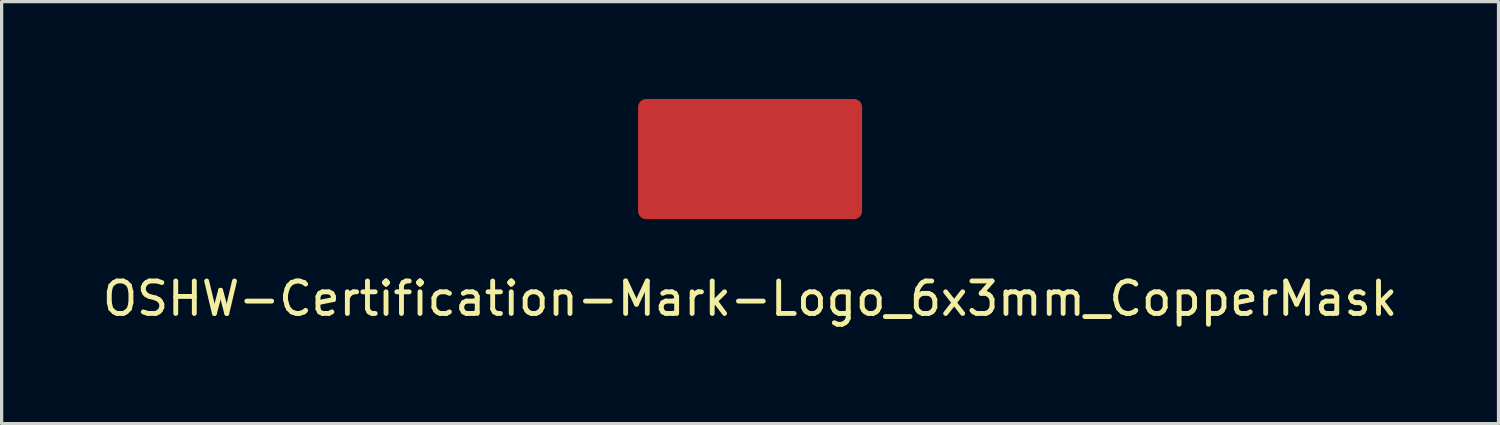
<source format=kicad_pcb>
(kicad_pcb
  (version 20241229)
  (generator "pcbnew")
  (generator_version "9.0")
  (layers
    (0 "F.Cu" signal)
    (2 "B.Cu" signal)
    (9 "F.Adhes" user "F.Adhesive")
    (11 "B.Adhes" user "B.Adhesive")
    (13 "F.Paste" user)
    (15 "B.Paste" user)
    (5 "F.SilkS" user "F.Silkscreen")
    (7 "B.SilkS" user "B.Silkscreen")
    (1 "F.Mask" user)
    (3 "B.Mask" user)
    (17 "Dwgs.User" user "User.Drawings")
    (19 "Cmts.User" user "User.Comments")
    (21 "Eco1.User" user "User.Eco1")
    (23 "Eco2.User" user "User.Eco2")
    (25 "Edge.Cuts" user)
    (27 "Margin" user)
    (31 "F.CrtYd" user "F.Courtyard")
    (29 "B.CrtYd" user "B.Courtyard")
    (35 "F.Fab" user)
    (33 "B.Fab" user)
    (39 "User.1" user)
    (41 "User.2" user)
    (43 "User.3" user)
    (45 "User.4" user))
  (footprint "OSHW-Certification-Mark-Logo_6x3mm_CopperMask"
    (layer "F.Cu")
    (at 20.054 1.65)
    (property "Reference" "OSHW-Certification-Mark-Logo_6x3mm_CopperMask" (at 0 4.5 0) (unlocked yes) (layer "F.SilkS") (effects (font (size 1 1) (thickness 0.15))))
    (attr board_only exclude_from_pos_files exclude_from_bom allow_missing_courtyard)
    (fp_rect (start -3.2 -1.4) (end 3.2 1.8) (stroke (width 0.5) (type solid)) (fill yes) (layer "F.Cu"))
    (fp_poly (pts (xy 3 1.568) (xy -3 1.568) (xy -3 -1.199) (xy -3 -1.199) (xy 1.934 -1.199) (xy 1.934 -0.955) (xy -2.756 -0.955) (xy -2.756 1.324) (xy 2.756 1.324) (xy 2.761 -1.199) (xy 3 -1.199)) (stroke (width 0) (type solid)) (fill yes) (layer "F.Mask"))
    (fp_poly (pts (xy 0.217 0.085) (xy 0.744 0.085) (xy 0.744 -0.499) (xy 0.938 -0.499) (xy 0.938 0.924) (xy 0.744 0.924) (xy 0.744 0.247) (xy 0.217 0.247) (xy 0.217 0.924) (xy 0.024 0.924) (xy 0.024 -0.499) (xy 0.217 -0.499)) (stroke (width 0) (type solid)) (fill yes) (layer "F.Mask"))
    (fp_poly (pts (xy 2.03 0.924) (xy 1.848 0.924) (xy 1.655 0.079) (xy 1.462 0.924) (xy 1.28 0.924) (xy 1.068 -0.499) (xy 1.255 -0.499) (xy 1.392 0.656) (xy 1.554 -0.108) (xy 1.755 -0.108) (xy 1.919 0.658) (xy 2.38 -1.556) (xy 2.568 -1.556)) (stroke (width 0) (type solid)) (fill yes) (layer "F.Mask"))
    (fp_poly (pts (xy -1.838 -0.524) (xy -1.809 -0.521) (xy -1.782 -0.518) (xy -1.755 -0.513) (xy -1.729 -0.506) (xy -1.704 -0.499) (xy -1.681 -0.489) (xy -1.658 -0.479) (xy -1.636 -0.466) (xy -1.615 -0.453) (xy -1.595 -0.438) (xy -1.576 -0.421) (xy -1.558 -0.404) (xy -1.541 -0.384) (xy -1.525 -0.364) (xy -1.509 -0.341) (xy -1.495 -0.318) (xy -1.482 -0.293) (xy -1.469 -0.266) (xy -1.458 -0.238) (xy -1.447 -0.208) (xy -1.437 -0.177) (xy -1.429 -0.145) (xy -1.421 -0.111) (xy -1.414 -0.076) (xy -1.408 -0.039) (xy -1.403 -0.00015) (xy -1.399 0.04) (xy -1.395 0.081) (xy -1.393 0.124) (xy -1.392 0.168) (xy -1.391 0.214) (xy -1.392 0.26) (xy -1.393 0.304) (xy -1.395 0.347) (xy -1.399 0.388) (xy -1.403 0.428) (xy -1.408 0.466) (xy -1.414 0.503) (xy -1.421 0.539) (xy -1.429 0.573) (xy -1.437 0.605) (xy -1.447 0.636) (xy -1.458 0.666) (xy -1.469 0.694) (xy -1.482 0.72) (xy -1.495 0.745) (xy -1.509 0.769) (xy -1.517 0.78) (xy -1.525 0.791) (xy -1.533 0.802) (xy -1.541 0.812) (xy -1.549 0.822) (xy -1.558 0.831) (xy -1.567 0.84) (xy -1.576 0.849) (xy -1.585 0.857) (xy -1.595 0.865) (xy -1.605 0.873) (xy -1.615 0.88) (xy -1.625 0.887) (xy -1.636 0.894) (xy -1.647 0.9) (xy -1.658 0.906) (xy -1.669 0.912) (xy -1.681 0.917) (xy -1.692 0.922) (xy -1.704 0.926) (xy -1.717 0.93) (xy -1.729 0.934) (xy -1.742 0.937) (xy -1.755 0.94) (xy -1.768 0.943) (xy -1.782 0.945) (xy -1.809 0.949) (xy -1.838 0.951) (xy -1.868 0.952) (xy -1.897 0.951) (xy -1.926 0.949) (xy -1.954 0.945) (xy -1.981 0.94) (xy -2.006 0.934) (xy -2.031 0.926) (xy -2.055 0.917) (xy -2.078 0.906) (xy -2.1 0.894) (xy -2.121 0.881) (xy -2.141 0.866) (xy -2.16 0.849) (xy -2.178 0.832) (xy -2.195 0.812) (xy -2.211 0.792) (xy -2.226 0.77) (xy -2.24 0.746) (xy -2.254 0.721) (xy -2.266 0.695) (xy -2.277 0.667) (xy -2.288 0.637) (xy -2.298 0.606) (xy -2.306 0.574) (xy -2.314 0.54) (xy -2.321 0.504) (xy -2.327 0.467) (xy -2.332 0.429) (xy -2.336 0.389) (xy -2.339 0.348) (xy -2.341 0.305) (xy -2.343 0.26) (xy -2.343 0.214) (xy -2.142 0.214) (xy -2.141 0.29) (xy -2.138 0.359) (xy -2.133 0.424) (xy -2.126 0.482) (xy -2.122 0.509) (xy -2.117 0.535) (xy -2.112 0.56) (xy -2.106 0.583) (xy -2.1 0.605) (xy -2.093 0.625) (xy -2.086 0.644) (xy -2.078 0.661) (xy -2.07 0.677) (xy -2.066 0.685) (xy -2.061 0.693) (xy -2.056 0.7) (xy -2.051 0.707) (xy -2.046 0.714) (xy -2.041 0.72) (xy -2.036 0.726) (xy -2.03 0.732) (xy -2.024 0.738) (xy -2.018 0.743) (xy -2.012 0.748) (xy -2.006 0.753) (xy -2 0.758) (xy -1.993 0.762) (xy -1.987 0.766) (xy -1.98 0.77) (xy -1.973 0.773) (xy -1.966 0.777) (xy -1.958 0.78) (xy -1.951 0.782) (xy -1.943 0.785) (xy -1.936 0.787) (xy -1.928 0.789) (xy -1.92 0.791) (xy -1.911 0.792) (xy -1.903 0.793) (xy -1.894 0.794) (xy -1.886 0.795) (xy -1.868 0.796) (xy -1.85 0.795) (xy -1.832 0.793) (xy -1.816 0.791) (xy -1.8 0.787) (xy -1.784 0.783) (xy -1.769 0.777) (xy -1.755 0.77) (xy -1.742 0.762) (xy -1.729 0.753) (xy -1.717 0.743) (xy -1.705 0.732) (xy -1.694 0.72) (xy -1.684 0.707) (xy -1.674 0.693) (xy -1.665 0.678) (xy -1.657 0.662) (xy -1.649 0.645) (xy -1.642 0.626) (xy -1.635 0.605) (xy -1.629 0.584) (xy -1.623 0.561) (xy -1.618 0.536) (xy -1.613 0.51) (xy -1.609 0.483) (xy -1.605 0.454) (xy -1.601 0.424) (xy -1.599 0.393) (xy -1.596 0.36) (xy -1.595 0.325) (xy -1.593 0.29) (xy -1.593 0.253) (xy -1.592 0.214) (xy -1.593 0.139) (xy -1.596 0.069) (xy -1.601 0.004) (xy -1.609 -0.055) (xy -1.613 -0.082) (xy -1.618 -0.108) (xy -1.623 -0.132) (xy -1.629 -0.155) (xy -1.635 -0.177) (xy -1.642 -0.197) (xy -1.649 -0.216) (xy -1.657 -0.234) (xy -1.665 -0.25) (xy -1.67 -0.258) (xy -1.674 -0.265) (xy -1.679 -0.272) (xy -1.684 -0.279) (xy -1.689 -0.286) (xy -1.694 -0.292) (xy -1.7 -0.299) (xy -1.705 -0.305) (xy -1.711 -0.31) (xy -1.717 -0.316) (xy -1.723 -0.321) (xy -1.729 -0.326) (xy -1.735 -0.33) (xy -1.742 -0.334) (xy -1.748 -0.339) (xy -1.755 -0.342) (xy -1.762 -0.346) (xy -1.769 -0.349) (xy -1.777 -0.352) (xy -1.784 -0.355) (xy -1.792 -0.357) (xy -1.8 -0.36) (xy -1.808 -0.362) (xy -1.816 -0.363) (xy -1.824 -0.365) (xy -1.832 -0.366) (xy -1.841 -0.367) (xy -1.85 -0.368) (xy -1.868 -0.368) (xy -1.886 -0.368) (xy -1.903 -0.366) (xy -1.92 -0.363) (xy -1.936 -0.36) (xy -1.951 -0.355) (xy -1.966 -0.349) (xy -1.98 -0.342) (xy -1.993 -0.334) (xy -2.006 -0.326) (xy -2.018 -0.316) (xy -2.03 -0.305) (xy -2.041 -0.292) (xy -2.051 -0.279) (xy -2.061 -0.265) (xy -2.07 -0.25) (xy -2.078 -0.234) (xy -2.086 -0.216) (xy -2.093 -0.197) (xy -2.1 -0.177) (xy -2.106 -0.155) (xy -2.112 -0.132) (xy -2.117 -0.108) (xy -2.122 -0.082) (xy -2.126 -0.055) (xy -2.13 -0.026) (xy -2.133 0.004) (xy -2.136 0.036) (xy -2.138 0.069) (xy -2.14 0.103) (xy -2.141 0.139) (xy -2.142 0.176) (xy -2.142 0.214) (xy -2.343 0.214) (xy -2.343 0.168) (xy -2.341 0.124) (xy -2.339 0.081) (xy -2.336 0.04) (xy -2.332 -0.00015) (xy -2.327 -0.039) (xy -2.321 -0.076) (xy -2.314 -0.111) (xy -2.306 -0.145) (xy -2.298 -0.177) (xy -2.288 -0.208) (xy -2.277 -0.238) (xy -2.266 -0.266) (xy -2.254 -0.293) (xy -2.24 -0.318) (xy -2.226 -0.341) (xy -2.219 -0.353) (xy -2.211 -0.364) (xy -2.203 -0.374) (xy -2.195 -0.384) (xy -2.186 -0.394) (xy -2.178 -0.404) (xy -2.169 -0.413) (xy -2.159 -0.421) (xy -2.15 -0.43) (xy -2.14 -0.438) (xy -2.13 -0.446) (xy -2.12 -0.453) (xy -2.11 -0.46) (xy -2.099 -0.466) (xy -2.089 -0.473) (xy -2.077 -0.479) (xy -2.066 -0.484) (xy -2.055 -0.489) (xy -2.043 -0.494) (xy -2.031 -0.499) (xy -2.018 -0.503) (xy -2.006 -0.506) (xy -1.993 -0.51) (xy -1.98 -0.513) (xy -1.954 -0.518) (xy -1.926 -0.521) (xy -1.897 -0.524) (xy -1.868 -0.524)) (stroke (width 0) (type solid)) (fill yes) (layer "F.Mask"))
    (fp_poly (pts (xy -0.658 -0.524) (xy -0.638 -0.523) (xy -0.616 -0.521) (xy -0.595 -0.519) (xy -0.573 -0.517) (xy -0.551 -0.513) (xy -0.529 -0.51) (xy -0.507 -0.505) (xy -0.484 -0.5) (xy -0.461 -0.495) (xy -0.437 -0.489) (xy -0.414 -0.482) (xy -0.39 -0.475) (xy -0.365 -0.467) (xy -0.341 -0.459) (xy -0.316 -0.45) (xy -0.316 -0.254) (xy -0.338 -0.268) (xy -0.36 -0.281) (xy -0.382 -0.293) (xy -0.404 -0.304) (xy -0.426 -0.314) (xy -0.448 -0.323) (xy -0.47 -0.332) (xy -0.492 -0.339) (xy -0.514 -0.346) (xy -0.536 -0.352) (xy -0.558 -0.357) (xy -0.58 -0.361) (xy -0.603 -0.364) (xy -0.625 -0.366) (xy -0.647 -0.367) (xy -0.67 -0.368) (xy -0.686 -0.368) (xy -0.703 -0.367) (xy -0.719 -0.366) (xy -0.734 -0.364) (xy -0.749 -0.362) (xy -0.764 -0.359) (xy -0.778 -0.356) (xy -0.792 -0.352) (xy -0.805 -0.348) (xy -0.818 -0.343) (xy -0.83 -0.338) (xy -0.842 -0.332) (xy -0.853 -0.326) (xy -0.864 -0.319) (xy -0.875 -0.312) (xy -0.885 -0.304) (xy -0.895 -0.296) (xy -0.903 -0.288) (xy -0.912 -0.279) (xy -0.92 -0.27) (xy -0.927 -0.26) (xy -0.933 -0.25) (xy -0.939 -0.24) (xy -0.944 -0.23) (xy -0.949 -0.219) (xy -0.953 -0.208) (xy -0.956 -0.196) (xy -0.959 -0.184) (xy -0.961 -0.172) (xy -0.963 -0.16) (xy -0.964 -0.147) (xy -0.964 -0.133) (xy -0.964 -0.122) (xy -0.963 -0.11) (xy -0.962 -0.1) (xy -0.961 -0.089) (xy -0.959 -0.079) (xy -0.957 -0.069) (xy -0.954 -0.059) (xy -0.951 -0.05) (xy -0.948 -0.041) (xy -0.944 -0.033) (xy -0.94 -0.025) (xy -0.935 -0.017) (xy -0.93 -0.01) (xy -0.925 -0.003) (xy -0.919 0.004) (xy -0.913 0.011) (xy -0.906 0.017) (xy -0.898 0.023) (xy -0.89 0.029) (xy -0.881 0.034) (xy -0.871 0.04) (xy -0.861 0.045) (xy -0.85 0.051) (xy -0.838 0.056) (xy -0.825 0.061) (xy -0.812 0.066) (xy -0.798 0.071) (xy -0.784 0.076) (xy -0.768 0.08) (xy -0.752 0.085) (xy -0.736 0.089) (xy -0.718 0.093) (xy -0.617 0.116) (xy -0.593 0.122) (xy -0.569 0.129) (xy -0.546 0.136) (xy -0.524 0.143) (xy -0.503 0.151) (xy -0.482 0.159) (xy -0.463 0.167) (xy -0.444 0.176) (xy -0.426 0.186) (xy -0.409 0.196) (xy -0.393 0.206) (xy -0.378 0.216) (xy -0.364 0.227) (xy -0.35 0.239) (xy -0.337 0.251) (xy -0.326 0.263) (xy -0.314 0.276) (xy -0.304 0.289) (xy -0.294 0.303) (xy -0.286 0.318) (xy -0.277 0.333) (xy -0.27 0.348) (xy -0.263 0.364) (xy -0.257 0.381) (xy -0.252 0.399) (xy -0.247 0.416) (xy -0.243 0.435) (xy -0.24 0.454) (xy -0.237 0.473) (xy -0.235 0.494) (xy -0.234 0.514) (xy -0.234 0.536) (xy -0.235 0.561) (xy -0.236 0.585) (xy -0.238 0.608) (xy -0.242 0.631) (xy -0.246 0.653) (xy -0.252 0.674) (xy -0.258 0.695) (xy -0.265 0.715) (xy -0.274 0.734) (xy -0.283 0.752) (xy -0.293 0.769) (xy -0.305 0.786) (xy -0.317 0.802) (xy -0.33 0.817) (xy -0.345 0.832) (xy -0.36 0.845) (xy -0.376 0.858) (xy -0.393 0.87) (xy -0.411 0.882) (xy -0.43 0.892) (xy -0.45 0.902) (xy -0.47 0.91) (xy -0.492 0.918) (xy -0.514 0.925) (xy -0.538 0.932) (xy -0.562 0.937) (xy -0.587 0.942) (xy -0.613 0.945) (xy -0.64 0.948) (xy -0.668 0.95) (xy -0.696 0.952) (xy -0.726 0.952) (xy -0.751 0.952) (xy -0.776 0.951) (xy -0.801 0.949) (xy -0.826 0.947) (xy -0.851 0.944) (xy -0.876 0.94) (xy -0.902 0.935) (xy -0.927 0.93) (xy -0.952 0.925) (xy -0.977 0.918) (xy -1.003 0.911) (xy -1.028 0.904) (xy -1.054 0.895) (xy -1.079 0.886) (xy -1.104 0.877) (xy -1.13 0.866) (xy -1.13 0.661) (xy -1.103 0.678) (xy -1.076 0.694) (xy -1.049 0.708) (xy -1.023 0.722) (xy -0.998 0.734) (xy -0.972 0.745) (xy -0.948 0.755) (xy -0.923 0.763) (xy -0.899 0.771) (xy -0.874 0.778) (xy -0.849 0.783) (xy -0.825 0.788) (xy -0.8 0.791) (xy -0.775 0.794) (xy -0.751 0.795) (xy -0.726 0.796) (xy -0.708 0.796) (xy -0.69 0.795) (xy -0.673 0.794) (xy -0.657 0.792) (xy -0.641 0.789) (xy -0.626 0.787) (xy -0.611 0.783) (xy -0.596 0.78) (xy -0.582 0.775) (xy -0.569 0.77) (xy -0.556 0.765) (xy -0.544 0.759) (xy -0.532 0.753) (xy -0.52 0.746) (xy -0.509 0.739) (xy -0.499 0.731) (xy -0.489 0.723) (xy -0.48 0.714) (xy -0.471 0.705) (xy -0.464 0.695) (xy -0.456 0.685) (xy -0.45 0.674) (xy -0.444 0.664) (xy -0.438 0.652) (xy -0.433 0.641) (xy -0.429 0.629) (xy -0.426 0.616) (xy -0.423 0.603) (xy -0.421 0.59) (xy -0.419 0.577) (xy -0.418 0.562) (xy -0.418 0.548) (xy -0.418 0.535) (xy -0.419 0.522) (xy -0.42 0.51) (xy -0.421 0.498) (xy -0.423 0.486) (xy -0.426 0.475) (xy -0.429 0.464) (xy -0.432 0.454) (xy -0.436 0.444) (xy -0.44 0.434) (xy -0.445 0.425) (xy -0.45 0.416) (xy -0.455 0.408) (xy -0.461 0.4) (xy -0.467 0.392) (xy -0.474 0.385) (xy -0.481 0.378) (xy -0.489 0.371) (xy -0.498 0.365) (xy -0.507 0.359) (xy -0.517 0.352) (xy -0.527 0.347) (xy -0.538 0.341) (xy -0.55 0.335) (xy -0.563 0.33) (xy -0.576 0.325) (xy -0.589 0.32) (xy -0.604 0.315) (xy -0.619 0.311) (xy -0.634 0.306) (xy -0.651 0.302) (xy -0.668 0.298) (xy -0.771 0.275) (xy -0.795 0.269) (xy -0.818 0.263) (xy -0.841 0.256) (xy -0.863 0.249) (xy -0.884 0.242) (xy -0.904 0.234) (xy -0.923 0.227) (xy -0.942 0.218) (xy -0.959 0.21) (xy -0.976 0.201) (xy -0.992 0.191) (xy -1.007 0.182) (xy -1.021 0.172) (xy -1.034 0.161) (xy -1.047 0.15) (xy -1.058 0.139) (xy -1.069 0.128) (xy -1.079 0.116) (xy -1.089 0.103) (xy -1.098 0.09) (xy -1.106 0.077) (xy -1.113 0.063) (xy -1.12 0.048) (xy -1.126 0.033) (xy -1.131 0.018) (xy -1.135 0.002) (xy -1.139 -0.015) (xy -1.142 -0.031) (xy -1.145 -0.049) (xy -1.147 -0.067) (xy -1.148 -0.085) (xy -1.148 -0.104) (xy -1.147 -0.127) (xy -1.146 -0.15) (xy -1.143 -0.173) (xy -1.14 -0.194) (xy -1.135 -0.216) (xy -1.13 -0.236) (xy -1.124 -0.256) (xy -1.116 -0.275) (xy -1.108 -0.294) (xy -1.098 -0.312) (xy -1.088 -0.33) (xy -1.076 -0.347) (xy -1.064 -0.363) (xy -1.05 -0.379) (xy -1.036 -0.394) (xy -1.02 -0.409) (xy -1.004 -0.423) (xy -0.987 -0.436) (xy -0.969 -0.448) (xy -0.951 -0.459) (xy -0.932 -0.47) (xy -0.912 -0.479) (xy -0.892 -0.488) (xy -0.871 -0.495) (xy -0.849 -0.502) (xy -0.827 -0.508) (xy -0.804 -0.513) (xy -0.78 -0.517) (xy -0.756 -0.52) (xy -0.731 -0.522) (xy -0.705 -0.524) (xy -0.679 -0.524)) (stroke (width 0) (type solid)) (fill yes) (layer "F.Mask"))
    (fp_poly (pts (xy -1.391 0.214) (xy -1.391 0.214) (xy -1.391 0.214)) (stroke (width 0) (type solid)) (fill yes) (layer "F.SilkS"))
    (fp_poly (pts (xy -0.316 -0.45) (xy -0.316 -0.45) (xy -0.316 -0.45)) (stroke (width 0) (type solid)) (fill yes) (layer "F.SilkS")))
  (gr_rect
    (start -3 -3)
    (end 43.107 9.998)
    (stroke (width 0.1) (type default))
    (fill no)
    (layer "Edge.Cuts")))
</source>
